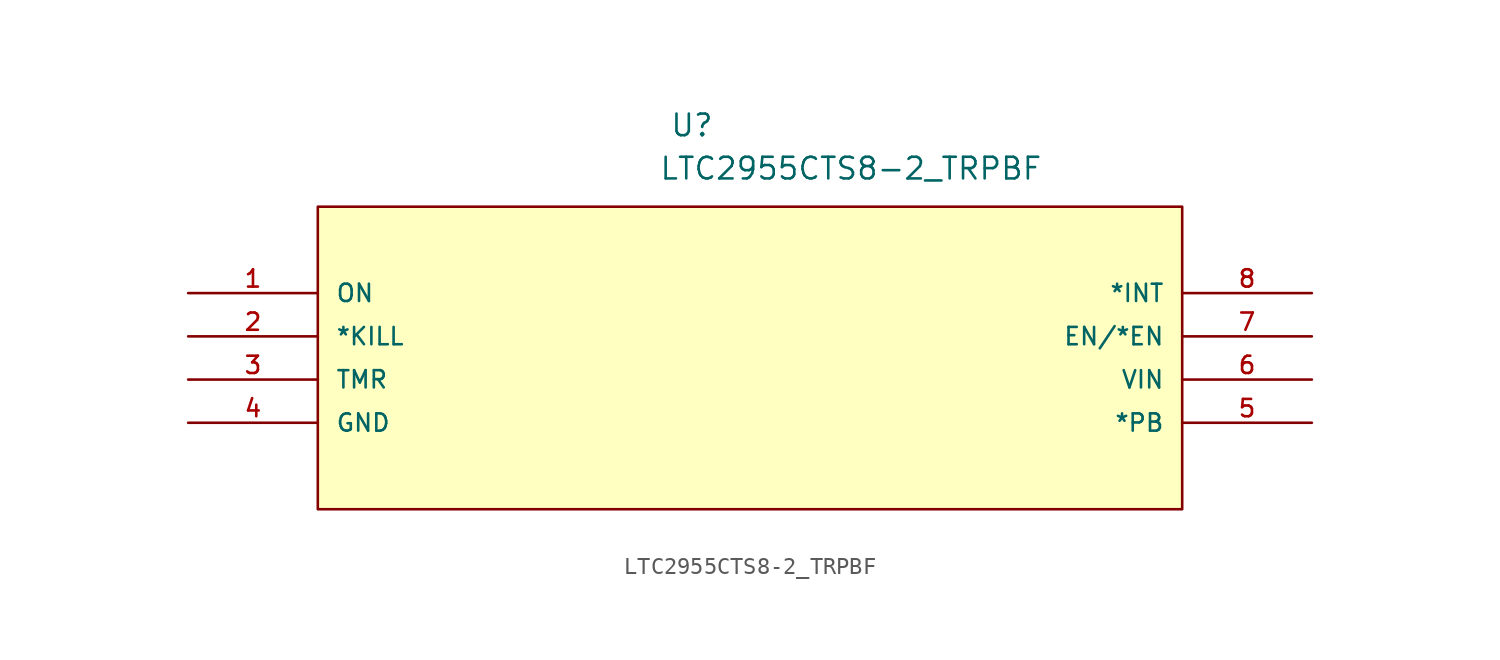
<source format=kicad_sym>
(kicad_symbol_lib
  (version 20211014)
  (generator kicad_symbol_editor)
  (symbol "LTC2955CTS8-2_TRPBF"
    (pin_names
      (offset 1.016))
    (property "Reference" "U"
      (at 28.296 9.119 0.0)
      (effects (font (size 1.27 1.27)) (justify bottom left)))
    (property "Value" "LTC2955CTS8-2_TRPBF"
      (at 27.661 6.579 0.0)
      (effects (font (size 1.27 1.27)) (justify bottom left)))
    (symbol "LTC2955CTS8-2_TRPBF_0_0"
      (rectangle (start 7.62 -12.7) (end 58.42 5.08) (stroke (width 0.152)) (fill (type background)))
      (pin input line (at 0.0 0.0 0) (length 7.62) (name "ON" (effects (font (size 1.016 1.016)))) (number "1" (effects (font (size 1.016 1.016)))))
      (pin input line (at 0.0 -2.54 0) (length 7.62) (name "*KILL" (effects (font (size 1.016 1.016)))) (number "2" (effects (font (size 1.016 1.016)))))
      (pin passive line (at 0.0 -5.08 0) (length 7.62) (name "TMR" (effects (font (size 1.016 1.016)))) (number "3" (effects (font (size 1.016 1.016)))))
      (pin power_in line (at 0.0 -7.62 0) (length 7.62) (name "GND" (effects (font (size 1.016 1.016)))) (number "4" (effects (font (size 1.016 1.016)))))
      (pin input line (at 66.04 -7.62 180.0) (length 7.62) (name "*PB" (effects (font (size 1.016 1.016)))) (number "5" (effects (font (size 1.016 1.016)))))
      (pin input line (at 66.04 -5.08 180.0) (length 7.62) (name "VIN" (effects (font (size 1.016 1.016)))) (number "6" (effects (font (size 1.016 1.016)))))
      (pin output line (at 66.04 -2.54 180.0) (length 7.62) (name "EN/*EN" (effects (font (size 1.016 1.016)))) (number "7" (effects (font (size 1.016 1.016)))))
      (pin output line (at 66.04 0.0 180.0) (length 7.62) (name "*INT" (effects (font (size 1.016 1.016)))) (number "8" (effects (font (size 1.016 1.016))))))))
</source>
